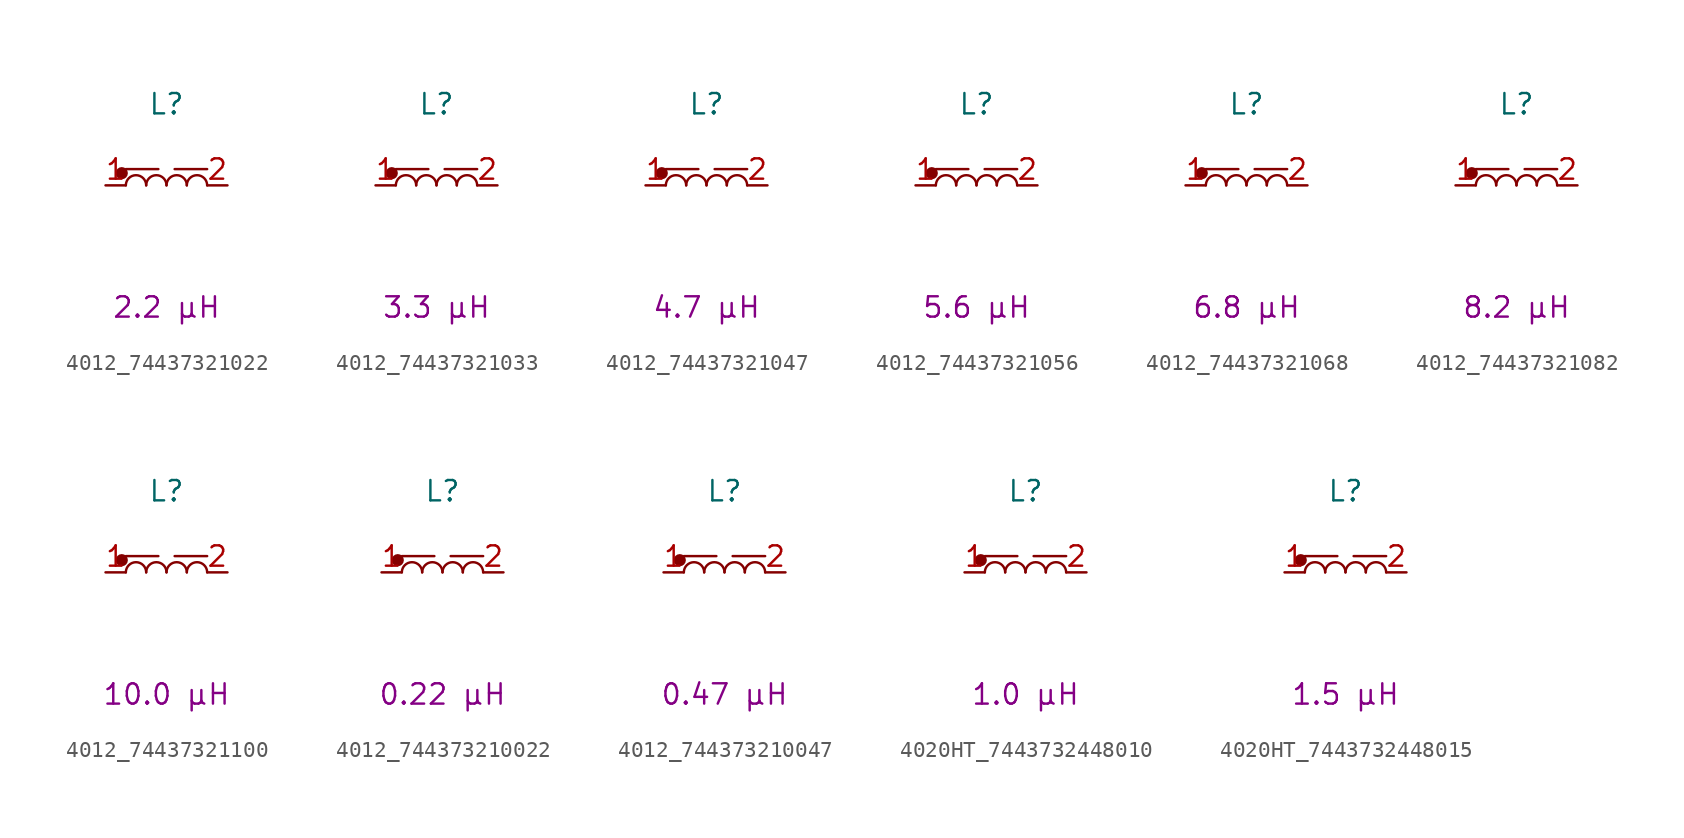
<source format=kicad_sym>
(kicad_symbol_lib
  (version 20220914)
  (generator kicad_symbol_editor)
  (symbol "4012_74437321022"
    (pin_names hide)
    (property "Reference" "L"
      (at 0 5.08 0)
      (effects (font (size 1.27 1.27))))
    (property "Critical Parameter" "2.2 µH"
      (at 0 -7.62 0)
      (effects (font (size 1.27 1.27))))
    (symbol "4012_74437321022_0_1"
      (arc (start -1.27 0) (mid -1.905 0.6323) (end -2.54 0) (stroke (width 0) (type default)) (fill (type none)))
      (arc (start 0 0) (mid -0.635 0.6323) (end -1.27 0) (stroke (width 0) (type default)) (fill (type none)))
      (polyline (pts (xy -2.54 1.016) (xy -0.508 1.016)) (stroke (width 0) (type default)) (fill (type none)))
      (arc (start 1.27 0) (mid 0.635 0.6323) (end 0 0) (stroke (width 0) (type default)) (fill (type none)))
      (arc (start 2.54 0) (mid 1.905 0.6323) (end 1.27 0) (stroke (width 0) (type default)) (fill (type none))))
    (symbol "4012_74437321022_1_1"
      (circle (center -2.794 0.762) (radius 0.0001) (stroke (width 0.381) (type default)) (fill (type none)))
      (polyline (pts (xy 2.54 1.016) (xy 0.508 1.016)) (stroke (width 0) (type default)) (fill (type none)))
      (pin passive line (at -3.81 0 0) (length 1.27) (name "1" (effects (font (size 1.27 1.27)))) (number "1" (effects (font (size 1.27 1.27)))))
      (pin passive line (at 3.81 0 180) (length 1.27) (name "2" (effects (font (size 1.27 1.27)))) (number "2" (effects (font (size 1.27 1.27)))))))
  (symbol "4012_74437321033"
    (pin_names hide)
    (property "Reference" "L"
      (at 0 5.08 0)
      (effects (font (size 1.27 1.27))))
    (property "Critical Parameter" "3.3 µH"
      (at 0 -7.62 0)
      (effects (font (size 1.27 1.27))))
    (symbol "4012_74437321033_0_1"
      (arc (start -1.27 0) (mid -1.905 0.6323) (end -2.54 0) (stroke (width 0) (type default)) (fill (type none)))
      (arc (start 0 0) (mid -0.635 0.6323) (end -1.27 0) (stroke (width 0) (type default)) (fill (type none)))
      (polyline (pts (xy -2.54 1.016) (xy -0.508 1.016)) (stroke (width 0) (type default)) (fill (type none)))
      (arc (start 1.27 0) (mid 0.635 0.6323) (end 0 0) (stroke (width 0) (type default)) (fill (type none)))
      (arc (start 2.54 0) (mid 1.905 0.6323) (end 1.27 0) (stroke (width 0) (type default)) (fill (type none))))
    (symbol "4012_74437321033_1_1"
      (circle (center -2.794 0.762) (radius 0.0001) (stroke (width 0.381) (type default)) (fill (type none)))
      (polyline (pts (xy 2.54 1.016) (xy 0.508 1.016)) (stroke (width 0) (type default)) (fill (type none)))
      (pin passive line (at -3.81 0 0) (length 1.27) (name "1" (effects (font (size 1.27 1.27)))) (number "1" (effects (font (size 1.27 1.27)))))
      (pin passive line (at 3.81 0 180) (length 1.27) (name "2" (effects (font (size 1.27 1.27)))) (number "2" (effects (font (size 1.27 1.27)))))))
  (symbol "4012_74437321047"
    (pin_names hide)
    (property "Reference" "L"
      (at 0 5.08 0)
      (effects (font (size 1.27 1.27))))
    (property "Critical Parameter" "4.7 µH"
      (at 0 -7.62 0)
      (effects (font (size 1.27 1.27))))
    (symbol "4012_74437321047_0_1"
      (arc (start -1.27 0) (mid -1.905 0.6323) (end -2.54 0) (stroke (width 0) (type default)) (fill (type none)))
      (arc (start 0 0) (mid -0.635 0.6323) (end -1.27 0) (stroke (width 0) (type default)) (fill (type none)))
      (polyline (pts (xy -2.54 1.016) (xy -0.508 1.016)) (stroke (width 0) (type default)) (fill (type none)))
      (arc (start 1.27 0) (mid 0.635 0.6323) (end 0 0) (stroke (width 0) (type default)) (fill (type none)))
      (arc (start 2.54 0) (mid 1.905 0.6323) (end 1.27 0) (stroke (width 0) (type default)) (fill (type none))))
    (symbol "4012_74437321047_1_1"
      (circle (center -2.794 0.762) (radius 0.0001) (stroke (width 0.381) (type default)) (fill (type none)))
      (polyline (pts (xy 2.54 1.016) (xy 0.508 1.016)) (stroke (width 0) (type default)) (fill (type none)))
      (pin passive line (at -3.81 0 0) (length 1.27) (name "1" (effects (font (size 1.27 1.27)))) (number "1" (effects (font (size 1.27 1.27)))))
      (pin passive line (at 3.81 0 180) (length 1.27) (name "2" (effects (font (size 1.27 1.27)))) (number "2" (effects (font (size 1.27 1.27)))))))
  (symbol "4012_74437321056"
    (pin_names hide)
    (property "Reference" "L"
      (at 0 5.08 0)
      (effects (font (size 1.27 1.27))))
    (property "Critical Parameter" "5.6 µH"
      (at 0 -7.62 0)
      (effects (font (size 1.27 1.27))))
    (symbol "4012_74437321056_0_1"
      (arc (start -1.27 0) (mid -1.905 0.6323) (end -2.54 0) (stroke (width 0) (type default)) (fill (type none)))
      (arc (start 0 0) (mid -0.635 0.6323) (end -1.27 0) (stroke (width 0) (type default)) (fill (type none)))
      (polyline (pts (xy -2.54 1.016) (xy -0.508 1.016)) (stroke (width 0) (type default)) (fill (type none)))
      (arc (start 1.27 0) (mid 0.635 0.6323) (end 0 0) (stroke (width 0) (type default)) (fill (type none)))
      (arc (start 2.54 0) (mid 1.905 0.6323) (end 1.27 0) (stroke (width 0) (type default)) (fill (type none))))
    (symbol "4012_74437321056_1_1"
      (circle (center -2.794 0.762) (radius 0.0001) (stroke (width 0.381) (type default)) (fill (type none)))
      (polyline (pts (xy 2.54 1.016) (xy 0.508 1.016)) (stroke (width 0) (type default)) (fill (type none)))
      (pin passive line (at -3.81 0 0) (length 1.27) (name "1" (effects (font (size 1.27 1.27)))) (number "1" (effects (font (size 1.27 1.27)))))
      (pin passive line (at 3.81 0 180) (length 1.27) (name "2" (effects (font (size 1.27 1.27)))) (number "2" (effects (font (size 1.27 1.27)))))))
  (symbol "4012_74437321068"
    (pin_names hide)
    (property "Reference" "L"
      (at 0 5.08 0)
      (effects (font (size 1.27 1.27))))
    (property "Critical Parameter" "6.8 µH"
      (at 0 -7.62 0)
      (effects (font (size 1.27 1.27))))
    (symbol "4012_74437321068_0_1"
      (arc (start -1.27 0) (mid -1.905 0.6323) (end -2.54 0) (stroke (width 0) (type default)) (fill (type none)))
      (arc (start 0 0) (mid -0.635 0.6323) (end -1.27 0) (stroke (width 0) (type default)) (fill (type none)))
      (polyline (pts (xy -2.54 1.016) (xy -0.508 1.016)) (stroke (width 0) (type default)) (fill (type none)))
      (arc (start 1.27 0) (mid 0.635 0.6323) (end 0 0) (stroke (width 0) (type default)) (fill (type none)))
      (arc (start 2.54 0) (mid 1.905 0.6323) (end 1.27 0) (stroke (width 0) (type default)) (fill (type none))))
    (symbol "4012_74437321068_1_1"
      (circle (center -2.794 0.762) (radius 0.0001) (stroke (width 0.381) (type default)) (fill (type none)))
      (polyline (pts (xy 2.54 1.016) (xy 0.508 1.016)) (stroke (width 0) (type default)) (fill (type none)))
      (pin passive line (at -3.81 0 0) (length 1.27) (name "1" (effects (font (size 1.27 1.27)))) (number "1" (effects (font (size 1.27 1.27)))))
      (pin passive line (at 3.81 0 180) (length 1.27) (name "2" (effects (font (size 1.27 1.27)))) (number "2" (effects (font (size 1.27 1.27)))))))
  (symbol "4012_74437321082"
    (pin_names hide)
    (property "Reference" "L"
      (at 0 5.08 0)
      (effects (font (size 1.27 1.27))))
    (property "Critical Parameter" "8.2 µH"
      (at 0 -7.62 0)
      (effects (font (size 1.27 1.27))))
    (symbol "4012_74437321082_0_1"
      (arc (start -1.27 0) (mid -1.905 0.6323) (end -2.54 0) (stroke (width 0) (type default)) (fill (type none)))
      (arc (start 0 0) (mid -0.635 0.6323) (end -1.27 0) (stroke (width 0) (type default)) (fill (type none)))
      (polyline (pts (xy -2.54 1.016) (xy -0.508 1.016)) (stroke (width 0) (type default)) (fill (type none)))
      (arc (start 1.27 0) (mid 0.635 0.6323) (end 0 0) (stroke (width 0) (type default)) (fill (type none)))
      (arc (start 2.54 0) (mid 1.905 0.6323) (end 1.27 0) (stroke (width 0) (type default)) (fill (type none))))
    (symbol "4012_74437321082_1_1"
      (circle (center -2.794 0.762) (radius 0.0001) (stroke (width 0.381) (type default)) (fill (type none)))
      (polyline (pts (xy 2.54 1.016) (xy 0.508 1.016)) (stroke (width 0) (type default)) (fill (type none)))
      (pin passive line (at -3.81 0 0) (length 1.27) (name "1" (effects (font (size 1.27 1.27)))) (number "1" (effects (font (size 1.27 1.27)))))
      (pin passive line (at 3.81 0 180) (length 1.27) (name "2" (effects (font (size 1.27 1.27)))) (number "2" (effects (font (size 1.27 1.27)))))))
  (symbol "4012_74437321100"
    (pin_names hide)
    (property "Reference" "L"
      (at 0 5.08 0)
      (effects (font (size 1.27 1.27))))
    (property "Critical Parameter" "10.0 µH"
      (at 0 -7.62 0)
      (effects (font (size 1.27 1.27))))
    (symbol "4012_74437321100_0_1"
      (arc (start -1.27 0) (mid -1.905 0.6323) (end -2.54 0) (stroke (width 0) (type default)) (fill (type none)))
      (arc (start 0 0) (mid -0.635 0.6323) (end -1.27 0) (stroke (width 0) (type default)) (fill (type none)))
      (polyline (pts (xy -2.54 1.016) (xy -0.508 1.016)) (stroke (width 0) (type default)) (fill (type none)))
      (arc (start 1.27 0) (mid 0.635 0.6323) (end 0 0) (stroke (width 0) (type default)) (fill (type none)))
      (arc (start 2.54 0) (mid 1.905 0.6323) (end 1.27 0) (stroke (width 0) (type default)) (fill (type none))))
    (symbol "4012_74437321100_1_1"
      (circle (center -2.794 0.762) (radius 0.0001) (stroke (width 0.381) (type default)) (fill (type none)))
      (polyline (pts (xy 2.54 1.016) (xy 0.508 1.016)) (stroke (width 0) (type default)) (fill (type none)))
      (pin passive line (at -3.81 0 0) (length 1.27) (name "1" (effects (font (size 1.27 1.27)))) (number "1" (effects (font (size 1.27 1.27)))))
      (pin passive line (at 3.81 0 180) (length 1.27) (name "2" (effects (font (size 1.27 1.27)))) (number "2" (effects (font (size 1.27 1.27)))))))
  (symbol "4012_744373210022"
    (pin_names hide)
    (property "Reference" "L"
      (at 0 5.08 0)
      (effects (font (size 1.27 1.27))))
    (property "Critical Parameter" "0.22 µH"
      (at 0 -7.62 0)
      (effects (font (size 1.27 1.27))))
    (symbol "4012_744373210022_0_1"
      (arc (start -1.27 0) (mid -1.905 0.6323) (end -2.54 0) (stroke (width 0) (type default)) (fill (type none)))
      (arc (start 0 0) (mid -0.635 0.6323) (end -1.27 0) (stroke (width 0) (type default)) (fill (type none)))
      (polyline (pts (xy -2.54 1.016) (xy -0.508 1.016)) (stroke (width 0) (type default)) (fill (type none)))
      (arc (start 1.27 0) (mid 0.635 0.6323) (end 0 0) (stroke (width 0) (type default)) (fill (type none)))
      (arc (start 2.54 0) (mid 1.905 0.6323) (end 1.27 0) (stroke (width 0) (type default)) (fill (type none))))
    (symbol "4012_744373210022_1_1"
      (circle (center -2.794 0.762) (radius 0.0001) (stroke (width 0.381) (type default)) (fill (type none)))
      (polyline (pts (xy 2.54 1.016) (xy 0.508 1.016)) (stroke (width 0) (type default)) (fill (type none)))
      (pin passive line (at -3.81 0 0) (length 1.27) (name "1" (effects (font (size 1.27 1.27)))) (number "1" (effects (font (size 1.27 1.27)))))
      (pin passive line (at 3.81 0 180) (length 1.27) (name "2" (effects (font (size 1.27 1.27)))) (number "2" (effects (font (size 1.27 1.27)))))))
  (symbol "4012_744373210047"
    (pin_names hide)
    (property "Reference" "L"
      (at 0 5.08 0)
      (effects (font (size 1.27 1.27))))
    (property "Critical Parameter" "0.47 µH"
      (at 0 -7.62 0)
      (effects (font (size 1.27 1.27))))
    (symbol "4012_744373210047_0_1"
      (arc (start -1.27 0) (mid -1.905 0.6323) (end -2.54 0) (stroke (width 0) (type default)) (fill (type none)))
      (arc (start 0 0) (mid -0.635 0.6323) (end -1.27 0) (stroke (width 0) (type default)) (fill (type none)))
      (polyline (pts (xy -2.54 1.016) (xy -0.508 1.016)) (stroke (width 0) (type default)) (fill (type none)))
      (arc (start 1.27 0) (mid 0.635 0.6323) (end 0 0) (stroke (width 0) (type default)) (fill (type none)))
      (arc (start 2.54 0) (mid 1.905 0.6323) (end 1.27 0) (stroke (width 0) (type default)) (fill (type none))))
    (symbol "4012_744373210047_1_1"
      (circle (center -2.794 0.762) (radius 0.0001) (stroke (width 0.381) (type default)) (fill (type none)))
      (polyline (pts (xy 2.54 1.016) (xy 0.508 1.016)) (stroke (width 0) (type default)) (fill (type none)))
      (pin passive line (at -3.81 0 0) (length 1.27) (name "1" (effects (font (size 1.27 1.27)))) (number "1" (effects (font (size 1.27 1.27)))))
      (pin passive line (at 3.81 0 180) (length 1.27) (name "2" (effects (font (size 1.27 1.27)))) (number "2" (effects (font (size 1.27 1.27)))))))
  (symbol "4020HT_7443732448010"
    (pin_names hide)
    (property "Reference" "L"
      (at 0 5.08 0)
      (effects (font (size 1.27 1.27))))
    (property "Critical Parameter" "1.0 µH"
      (at 0 -7.62 0)
      (effects (font (size 1.27 1.27))))
    (symbol "4020HT_7443732448010_0_1"
      (arc (start -1.27 0) (mid -1.905 0.6323) (end -2.54 0) (stroke (width 0) (type default)) (fill (type none)))
      (arc (start 0 0) (mid -0.635 0.6323) (end -1.27 0) (stroke (width 0) (type default)) (fill (type none)))
      (polyline (pts (xy -2.54 1.016) (xy -0.508 1.016)) (stroke (width 0) (type default)) (fill (type none)))
      (arc (start 1.27 0) (mid 0.635 0.6323) (end 0 0) (stroke (width 0) (type default)) (fill (type none)))
      (arc (start 2.54 0) (mid 1.905 0.6323) (end 1.27 0) (stroke (width 0) (type default)) (fill (type none))))
    (symbol "4020HT_7443732448010_1_1"
      (circle (center -2.794 0.762) (radius 0.0001) (stroke (width 0.381) (type default)) (fill (type none)))
      (polyline (pts (xy 2.54 1.016) (xy 0.508 1.016)) (stroke (width 0) (type default)) (fill (type none)))
      (pin passive line (at -3.81 0 0) (length 1.27) (name "1" (effects (font (size 1.27 1.27)))) (number "1" (effects (font (size 1.27 1.27)))))
      (pin passive line (at 3.81 0 180) (length 1.27) (name "2" (effects (font (size 1.27 1.27)))) (number "2" (effects (font (size 1.27 1.27)))))))
  (symbol "4020HT_7443732448015"
    (pin_names hide)
    (property "Reference" "L"
      (at 0 5.08 0)
      (effects (font (size 1.27 1.27))))
    (property "Critical Parameter" "1.5 µH"
      (at 0 -7.62 0)
      (effects (font (size 1.27 1.27))))
    (symbol "4020HT_7443732448015_0_1"
      (arc (start -1.27 0) (mid -1.905 0.6323) (end -2.54 0) (stroke (width 0) (type default)) (fill (type none)))
      (arc (start 0 0) (mid -0.635 0.6323) (end -1.27 0) (stroke (width 0) (type default)) (fill (type none)))
      (polyline (pts (xy -2.54 1.016) (xy -0.508 1.016)) (stroke (width 0) (type default)) (fill (type none)))
      (arc (start 1.27 0) (mid 0.635 0.6323) (end 0 0) (stroke (width 0) (type default)) (fill (type none)))
      (arc (start 2.54 0) (mid 1.905 0.6323) (end 1.27 0) (stroke (width 0) (type default)) (fill (type none))))
    (symbol "4020HT_7443732448015_1_1"
      (circle (center -2.794 0.762) (radius 0.0001) (stroke (width 0.381) (type default)) (fill (type none)))
      (polyline (pts (xy 2.54 1.016) (xy 0.508 1.016)) (stroke (width 0) (type default)) (fill (type none)))
      (pin passive line (at -3.81 0 0) (length 1.27) (name "1" (effects (font (size 1.27 1.27)))) (number "1" (effects (font (size 1.27 1.27)))))
      (pin passive line (at 3.81 0 180) (length 1.27) (name "2" (effects (font (size 1.27 1.27)))) (number "2" (effects (font (size 1.27 1.27))))))))
</source>
